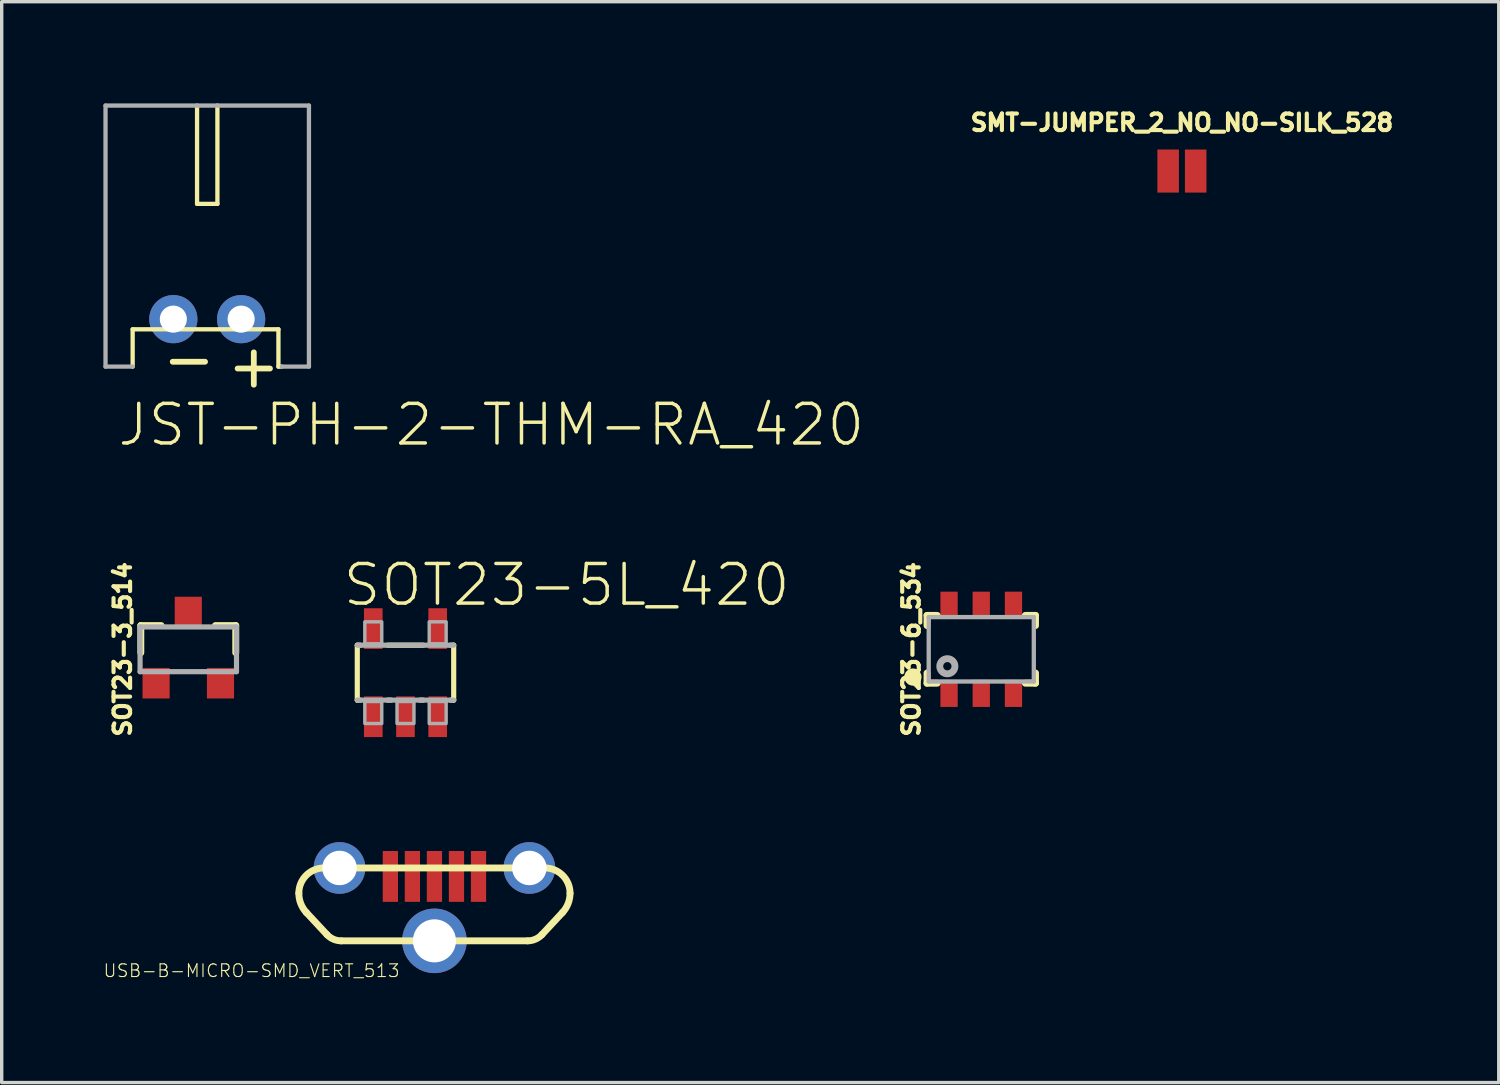
<source format=kicad_pcb>
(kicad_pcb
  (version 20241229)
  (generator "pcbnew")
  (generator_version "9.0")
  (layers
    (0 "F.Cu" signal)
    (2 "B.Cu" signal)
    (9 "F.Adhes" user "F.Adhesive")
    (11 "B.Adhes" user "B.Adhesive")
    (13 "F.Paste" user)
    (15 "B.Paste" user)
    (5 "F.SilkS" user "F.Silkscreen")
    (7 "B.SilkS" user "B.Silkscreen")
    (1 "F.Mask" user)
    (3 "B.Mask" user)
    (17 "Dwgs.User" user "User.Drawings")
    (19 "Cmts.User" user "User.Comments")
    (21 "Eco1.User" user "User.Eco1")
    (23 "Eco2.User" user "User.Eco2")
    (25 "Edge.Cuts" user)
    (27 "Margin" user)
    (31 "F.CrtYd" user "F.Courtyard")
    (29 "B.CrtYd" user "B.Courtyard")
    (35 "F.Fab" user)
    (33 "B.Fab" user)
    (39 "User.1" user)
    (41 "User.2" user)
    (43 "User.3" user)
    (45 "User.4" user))
  (footprint "USB-B-MICRO-SMD_VERT_513"
    (layer "F.Cu")
    (at 9.765 22.803)
    (property "Reference" "USB-B-MICRO-SMD_VERT_513" (at -1 3 0) (unlocked yes) (layer "F.SilkS") (effects (font (size 0.374 0.374) (thickness 0.033)) (justify right bottom)))
    (fp_line (start -4 0.497) (end -4 0.493) (stroke (width 0.127) (type solid)) (layer "F.SilkS"))
    (fp_line (start -3.257 -0.25) (end 3.257 -0.25) (stroke (width 0.203) (type solid)) (layer "F.SilkS"))
    (fp_line (start -3.172 1.715) (end -3.777 1.065) (stroke (width 0.203) (type solid)) (layer "F.SilkS"))
    (fp_line (start 2.747 1.9) (end -2.747 1.9) (stroke (width 0.203) (type solid)) (layer "F.SilkS"))
    (fp_line (start 3.777 1.065) (end 3.172 1.715) (stroke (width 0.203) (type solid)) (layer "F.SilkS"))
    (fp_line (start 4 0.493) (end 4 0.497) (stroke (width 0.127) (type solid)) (layer "F.SilkS"))
    (fp_arc (start -4 0.493303) (mid -3.782291 -0.032292) (end -3.256695 -0.25) (stroke (width 0.2032) (type solid)) (layer "F.SilkS"))
    (fp_arc (start -3.776531 1.065228) (mid -3.942126 0.802244) (end -4 0.496903) (stroke (width 0.2032) (type solid)) (layer "F.SilkS"))
    (fp_arc (start -2.74674 1.9) (mid -2.978933 1.851629) (end -3.172496 1.714565) (stroke (width 0.2032) (type solid)) (layer "F.SilkS"))
    (fp_arc (start 3.172496 1.714565) (mid 2.978933 1.851629) (end 2.74674 1.900001) (stroke (width 0.2032) (type solid)) (layer "F.SilkS"))
    (fp_arc (start 3.256696 -0.25) (mid 3.782291 -0.032291) (end 4 0.493304) (stroke (width 0.2032) (type solid)) (layer "F.SilkS"))
    (fp_arc (start 4 0.496903) (mid 3.942126 0.802244) (end 3.776531 1.065228) (stroke (width 0.2032) (type solid)) (layer "F.SilkS"))
    (fp_poly (pts (xy -1.43 0.65) (xy -1.17 0.65) (xy -1.17 -0.65) (xy -1.43 -0.65)) (stroke (width 0) (type default)) (fill yes) (layer "F.Paste"))
    (fp_poly (pts (xy -0.78 0.65) (xy -0.52 0.65) (xy -0.52 -0.65) (xy -0.78 -0.65)) (stroke (width 0) (type default)) (fill yes) (layer "F.Paste"))
    (fp_poly (pts (xy -0.13 0.65) (xy 0.13 0.65) (xy 0.13 -0.65) (xy -0.13 -0.65)) (stroke (width 0) (type default)) (fill yes) (layer "F.Paste"))
    (fp_poly (pts (xy 0.52 0.65) (xy 0.78 0.65) (xy 0.78 -0.65) (xy 0.52 -0.65)) (stroke (width 0) (type default)) (fill yes) (layer "F.Paste"))
    (fp_poly (pts (xy 1.17 0.65) (xy 1.43 0.65) (xy 1.43 -0.65) (xy 1.17 -0.65)) (stroke (width 0) (type default)) (fill yes) (layer "F.Paste"))
    (pad "D+" smd rect (at 0 0 270) (size 1.5 0.45) (layers "F.Cu" "F.Mask"))
    (pad "D-" smd rect (at -0.65 0 270) (size 1.5 0.45) (layers "F.Cu" "F.Mask"))
    (pad "GND" smd rect (at 1.3 0 270) (size 1.5 0.45) (layers "F.Cu" "F.Mask"))
    (pad "ID" smd rect (at 0.65 0 270) (size 1.5 0.45) (layers "F.Cu" "F.Mask"))
    (pad "P1" thru_hole circle (at -2.8 -0.25 180) (size 1.524 1.524) (drill 1.016) (layers "*.Cu" "*.Mask"))
    (pad "P2" thru_hole circle (at 2.8 -0.25 180) (size 1.524 1.524) (drill 1.016) (layers "*.Cu" "*.Mask"))
    (pad "P3" thru_hole circle (at 0 1.9) (size 1.905 1.905) (drill 1.27) (layers "*.Cu" "*.Mask"))
    (pad "VBUS" smd rect (at -1.3 0 270) (size 1.5 0.45) (layers "F.Cu" "F.Mask")))
  (footprint "JST-PH-2-THM-RA_420"
    (layer "F.Cu")
    (at 3.063 6.364)
    (property "Reference" "JST-PH-2-THM-RA_420" (at -2.7 3.8 0) (unlocked yes) (layer "F.SilkS") (effects (font (size 1.168 1.168) (thickness 0.102)) (justify left bottom)))
    (fp_line (start -2.2 0.3) (end 2.1 0.3) (stroke (width 0.127) (type solid)) (layer "F.SilkS"))
    (fp_line (start -2.2 1.4) (end -2.2 0.3) (stroke (width 0.127) (type solid)) (layer "F.SilkS"))
    (fp_line (start -0.3 -6.3) (end -0.3 -3.4) (stroke (width 0.127) (type solid)) (layer "F.SilkS"))
    (fp_line (start -0.3 -3.4) (end 0.3 -3.4) (stroke (width 0.127) (type solid)) (layer "F.SilkS"))
    (fp_line (start 0.3 -3.4) (end 0.3 -6.3) (stroke (width 0.127) (type solid)) (layer "F.SilkS"))
    (fp_line (start 2.1 0.3) (end 2.1 1.4) (stroke (width 0.127) (type solid)) (layer "F.SilkS"))
    (fp_line (start 2.1 1.4) (end 2.2 1.4) (stroke (width 0.127) (type solid)) (layer "F.SilkS"))
    (fp_line (start -3 -6.3) (end 3 -6.3) (stroke (width 0.127) (type solid)) (layer "F.Fab"))
    (fp_line (start -3 1.4) (end -3 -6.3) (stroke (width 0.127) (type solid)) (layer "F.Fab"))
    (fp_line (start -2.2 1.4) (end -3 1.4) (stroke (width 0.127) (type solid)) (layer "F.Fab"))
    (fp_line (start 3 -6.3) (end 3 1.4) (stroke (width 0.127) (type solid)) (layer "F.Fab"))
    (fp_line (start 3 1.4) (end 2.2 1.4) (stroke (width 0.127) (type solid)) (layer "F.Fab"))
    (fp_text user "-" (at -1.429 1.896 0) (unlocked yes) (layer "F.SilkS") (effects (font (size 1.252 1.252) (thickness 0.171)) (justify left bottom)))
    (fp_text user "+" (at 0.486 2.096 0) (unlocked yes) (layer "F.SilkS") (effects (font (size 1.252 1.252) (thickness 0.171)) (justify left bottom)))
    (pad "1" thru_hole circle (at 1 0) (size 1.422 1.422) (drill 0.8) (layers "*.Cu" "*.Mask"))
    (pad "2" thru_hole circle (at -1 0) (size 1.422 1.422) (drill 0.8) (layers "*.Cu" "*.Mask")))
  (footprint "SOT23-5L_420"
    (layer "F.Cu")
    (at 8.911 16.792)
    (property "Reference" "SOT23-5L_420" (at -1.905 -1.905 0) (unlocked yes) (layer "F.SilkS") (effects (font (size 1.168 1.168) (thickness 0.102)) (justify left bottom)))
    (fp_line (start -1.422 -0.81) (end -1.328 -0.81) (stroke (width 0.152) (type solid)) (layer "F.SilkS"))
    (fp_line (start -1.422 0.81) (end -1.422 -0.81) (stroke (width 0.152) (type solid)) (layer "F.SilkS"))
    (fp_line (start -1.328 0.81) (end -1.422 0.81) (stroke (width 0.152) (type solid)) (layer "F.SilkS"))
    (fp_line (start -0.522 -0.81) (end 0.522 -0.81) (stroke (width 0.152) (type solid)) (layer "F.SilkS"))
    (fp_line (start -0.428 0.81) (end -0.522 0.81) (stroke (width 0.152) (type solid)) (layer "F.SilkS"))
    (fp_line (start 0.522 0.81) (end 0.428 0.81) (stroke (width 0.152) (type solid)) (layer "F.SilkS"))
    (fp_line (start 1.328 -0.81) (end 1.422 -0.81) (stroke (width 0.152) (type solid)) (layer "F.SilkS"))
    (fp_line (start 1.422 -0.81) (end 1.422 0.81) (stroke (width 0.152) (type solid)) (layer "F.SilkS"))
    (fp_line (start 1.422 0.81) (end 1.328 0.81) (stroke (width 0.152) (type solid)) (layer "F.SilkS"))
    (fp_line (start -1.422 -0.81) (end 1.422 -0.81) (stroke (width 0.152) (type solid)) (layer "F.Fab"))
    (fp_line (start 1.422 0.81) (end -1.422 0.81) (stroke (width 0.152) (type solid)) (layer "F.Fab"))
    (fp_poly (pts (xy -1.2 -0.85) (xy -0.7 -0.85) (xy -0.7 -1.5) (xy -1.2 -1.5)) (stroke (width 0.1) (type default)) (fill no) (layer "F.Fab"))
    (fp_poly (pts (xy -1.2 1.5) (xy -0.7 1.5) (xy -0.7 0.85) (xy -1.2 0.85)) (stroke (width 0.1) (type default)) (fill no) (layer "F.Fab"))
    (fp_poly (pts (xy -0.25 1.5) (xy 0.25 1.5) (xy 0.25 0.85) (xy -0.25 0.85)) (stroke (width 0.1) (type default)) (fill no) (layer "F.Fab"))
    (fp_poly (pts (xy 0.7 -0.85) (xy 1.2 -0.85) (xy 1.2 -1.5) (xy 0.7 -1.5)) (stroke (width 0.1) (type default)) (fill no) (layer "F.Fab"))
    (fp_poly (pts (xy 0.7 1.5) (xy 1.2 1.5) (xy 1.2 0.85) (xy 0.7 0.85)) (stroke (width 0.1) (type default)) (fill no) (layer "F.Fab"))
    (pad "1" smd rect (at -0.95 1.3) (size 0.55 1.2) (layers "F.Cu" "F.Mask" "F.Paste"))
    (pad "2" smd rect (at 0 1.3) (size 0.55 1.2) (layers "F.Cu" "F.Mask" "F.Paste"))
    (pad "3" smd rect (at 0.95 1.3) (size 0.55 1.2) (layers "F.Cu" "F.Mask" "F.Paste"))
    (pad "4" smd rect (at 0.95 -1.3) (size 0.55 1.2) (layers "F.Cu" "F.Mask" "F.Paste"))
    (pad "5" smd rect (at -0.95 -1.3) (size 0.55 1.2) (layers "F.Cu" "F.Mask" "F.Paste")))
  (footprint "SOT23-6_534"
    (layer "F.Cu")
    (at 25.895 16.103)
    (property "Reference" "SOT23-6_534" (at -1.778 0 90) (unlocked yes) (layer "F.SilkS") (effects (font (size 0.488 0.488) (thickness 0.122)) (justify bottom)))
    (fp_line (start -1.6 -1) (end -1.6 -0.7) (stroke (width 0.203) (type solid)) (layer "F.SilkS"))
    (fp_line (start -1.6 0.7) (end -1.6 1) (stroke (width 0.203) (type solid)) (layer "F.SilkS"))
    (fp_line (start -1.6 1) (end -1.3 1) (stroke (width 0.203) (type solid)) (layer "F.SilkS"))
    (fp_line (start -1.3 -1) (end -1.6 -1) (stroke (width 0.203) (type solid)) (layer "F.SilkS"))
    (fp_line (start 1.3 -1) (end 1.6 -1) (stroke (width 0.203) (type solid)) (layer "F.SilkS"))
    (fp_line (start 1.6 -1) (end 1.6 -0.7) (stroke (width 0.203) (type solid)) (layer "F.SilkS"))
    (fp_line (start 1.6 0.7) (end 1.6 1) (stroke (width 0.203) (type solid)) (layer "F.SilkS"))
    (fp_line (start 1.6 1) (end 1.3 1) (stroke (width 0.203) (type solid)) (layer "F.SilkS"))
    (fp_circle (center -2.016 0.818) (end -1.889 0.818) (stroke (width 0.254) (type solid)) (fill yes) (layer "F.SilkS"))
    (fp_line (start -1.55 -0.95) (end -1.55 0.95) (stroke (width 0.127) (type solid)) (layer "F.Fab"))
    (fp_line (start -1.55 0.95) (end 1.55 0.95) (stroke (width 0.127) (type solid)) (layer "F.Fab"))
    (fp_line (start 1.55 -0.95) (end -1.55 -0.95) (stroke (width 0.127) (type solid)) (layer "F.Fab"))
    (fp_line (start 1.55 0.95) (end 1.55 -0.95) (stroke (width 0.127) (type solid)) (layer "F.Fab"))
    (fp_circle (center -1 0.5) (end -0.776 0.5) (stroke (width 0.203) (type solid)) (fill no) (layer "F.Fab"))
    (pad "1" smd rect (at -0.95 1.3 90) (size 0.8 0.51) (layers "F.Cu" "F.Mask" "F.Paste"))
    (pad "2" smd rect (at 0 1.3 90) (size 0.8 0.51) (layers "F.Cu" "F.Mask" "F.Paste"))
    (pad "3" smd rect (at 0.95 1.3 90) (size 0.8 0.51) (layers "F.Cu" "F.Mask" "F.Paste"))
    (pad "4" smd rect (at 0.95 -1.3 90) (size 0.8 0.51) (layers "F.Cu" "F.Mask" "F.Paste"))
    (pad "5" smd rect (at 0 -1.3 90) (size 0.8 0.51) (layers "F.Cu" "F.Mask" "F.Paste"))
    (pad "6" smd rect (at -0.95 -1.3 90) (size 0.8 0.51) (layers "F.Cu" "F.Mask" "F.Paste")))
  (footprint "SOT23-3_514"
    (layer "F.Cu")
    (at 2.504 16.103)
    (property "Reference" "SOT23-3_514" (at -1.651 0 90) (unlocked yes) (layer "F.SilkS") (effects (font (size 0.488 0.488) (thickness 0.122)) (justify bottom)))
    (fp_line (start -1.4 -0.7) (end -1.4 0.1) (stroke (width 0.203) (type solid)) (layer "F.SilkS"))
    (fp_line (start -0.8 -0.7) (end -1.4 -0.7) (stroke (width 0.203) (type solid)) (layer "F.SilkS"))
    (fp_line (start 0.8 -0.7) (end 1.4 -0.7) (stroke (width 0.203) (type solid)) (layer "F.SilkS"))
    (fp_line (start 1.4 -0.7) (end 1.4 0.1) (stroke (width 0.203) (type solid)) (layer "F.SilkS"))
    (fp_line (start -1.422 -0.66) (end 1.422 -0.66) (stroke (width 0.152) (type solid)) (layer "F.Fab"))
    (fp_line (start -1.422 0.66) (end -1.422 -0.66) (stroke (width 0.152) (type solid)) (layer "F.Fab"))
    (fp_line (start 1.422 -0.66) (end 1.422 0.66) (stroke (width 0.152) (type solid)) (layer "F.Fab"))
    (fp_line (start 1.422 0.66) (end -1.422 0.66) (stroke (width 0.152) (type solid)) (layer "F.Fab"))
    (pad "1" smd rect (at -0.95 1) (size 0.8 0.9) (layers "F.Cu" "F.Mask" "F.Paste"))
    (pad "2" smd rect (at 0.95 1) (size 0.8 0.9) (layers "F.Cu" "F.Mask" "F.Paste"))
    (pad "3" smd rect (at 0 -1.1) (size 0.8 0.9) (layers "F.Cu" "F.Mask" "F.Paste")))
  (footprint "SMT-JUMPER_2_NO_NO-SILK_528"
    (layer "F.Cu")
    (at 31.814 1.996)
    (property "Reference" "SMT-JUMPER_2_NO_NO-SILK_528" (at 0 -1.143 0) (unlocked yes) (layer "F.SilkS") (effects (font (size 0.488 0.488) (thickness 0.122)) (justify bottom)))
    (pad "1" smd rect (at -0.406 0) (size 0.635 1.27) (layers "F.Cu" "F.Mask"))
    (pad "2" smd rect (at 0.406 0) (size 0.635 1.27) (layers "F.Cu" "F.Mask")))
  (gr_rect
    (start -3 -3)
    (end 41.16 28.883)
    (stroke (width 0.1) (type default))
    (fill no)
    (layer "Edge.Cuts")))
</source>
